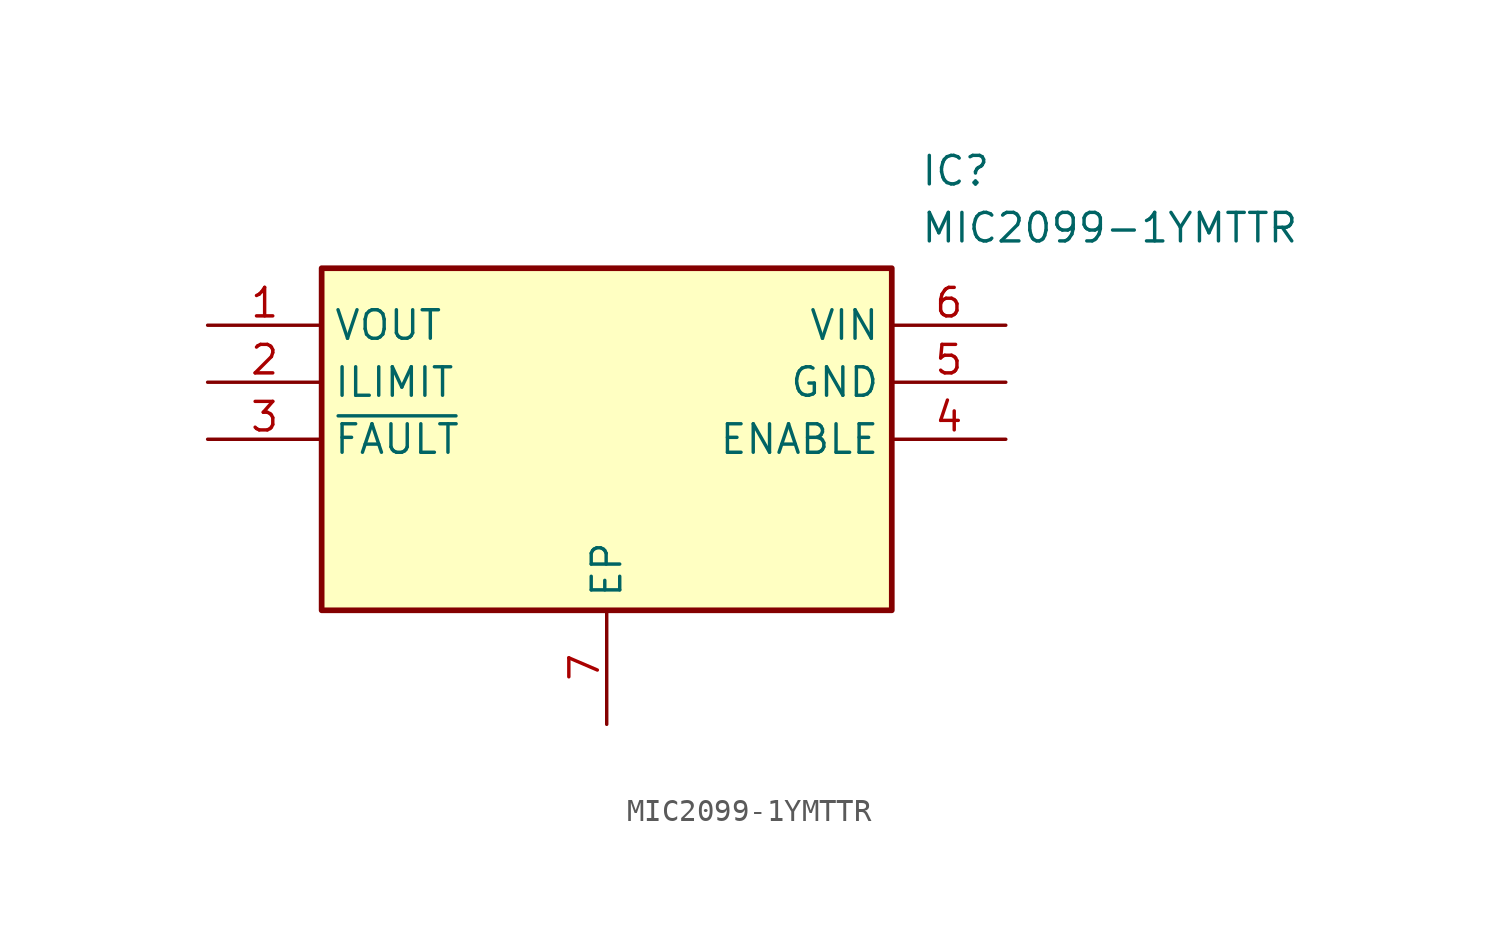
<source format=kicad_sym>
(kicad_symbol_lib
  (version 20211014)
  (generator SamacSys_ECAD_Model)
  (symbol "MIC2099-1YMTTR"
    (property "Reference" "IC"
      (at 31.75 7.62 0)
      (effects (font (size 1.27 1.27)) (justify left top)))
    (property "Value" "MIC2099-1YMTTR"
      (at 31.75 5.08 0)
      (effects (font (size 1.27 1.27)) (justify left top)))
    (rectangle
      (start 5.08 2.54)
      (end 30.48 -12.7)
      (stroke (width 0.254) (type default))
      (fill (type background)))
    (pin passive line
      (at 0 0 0)
      (length 5.08)
      (name "VOUT" (effects (font (size 1.27 1.27))))
      (number "1" (effects (font (size 1.27 1.27)))))
    (pin passive line
      (at 0 -2.54 0)
      (length 5.08)
      (name "ILIMIT" (effects (font (size 1.27 1.27))))
      (number "2" (effects (font (size 1.27 1.27)))))
    (pin passive line
      (at 0 -5.08 0)
      (length 5.08)
      (name "~{FAULT}" (effects (font (size 1.27 1.27))))
      (number "3" (effects (font (size 1.27 1.27)))))
    (pin passive line
      (at 17.78 -17.78 90)
      (length 5.08)
      (name "EP" (effects (font (size 1.27 1.27))))
      (number "7" (effects (font (size 1.27 1.27)))))
    (pin passive line
      (at 35.56 0 180)
      (length 5.08)
      (name "VIN" (effects (font (size 1.27 1.27))))
      (number "6" (effects (font (size 1.27 1.27)))))
    (pin passive line
      (at 35.56 -2.54 180)
      (length 5.08)
      (name "GND" (effects (font (size 1.27 1.27))))
      (number "5" (effects (font (size 1.27 1.27)))))
    (pin passive line
      (at 35.56 -5.08 180)
      (length 5.08)
      (name "ENABLE" (effects (font (size 1.27 1.27))))
      (number "4" (effects (font (size 1.27 1.27)))))))
</source>
